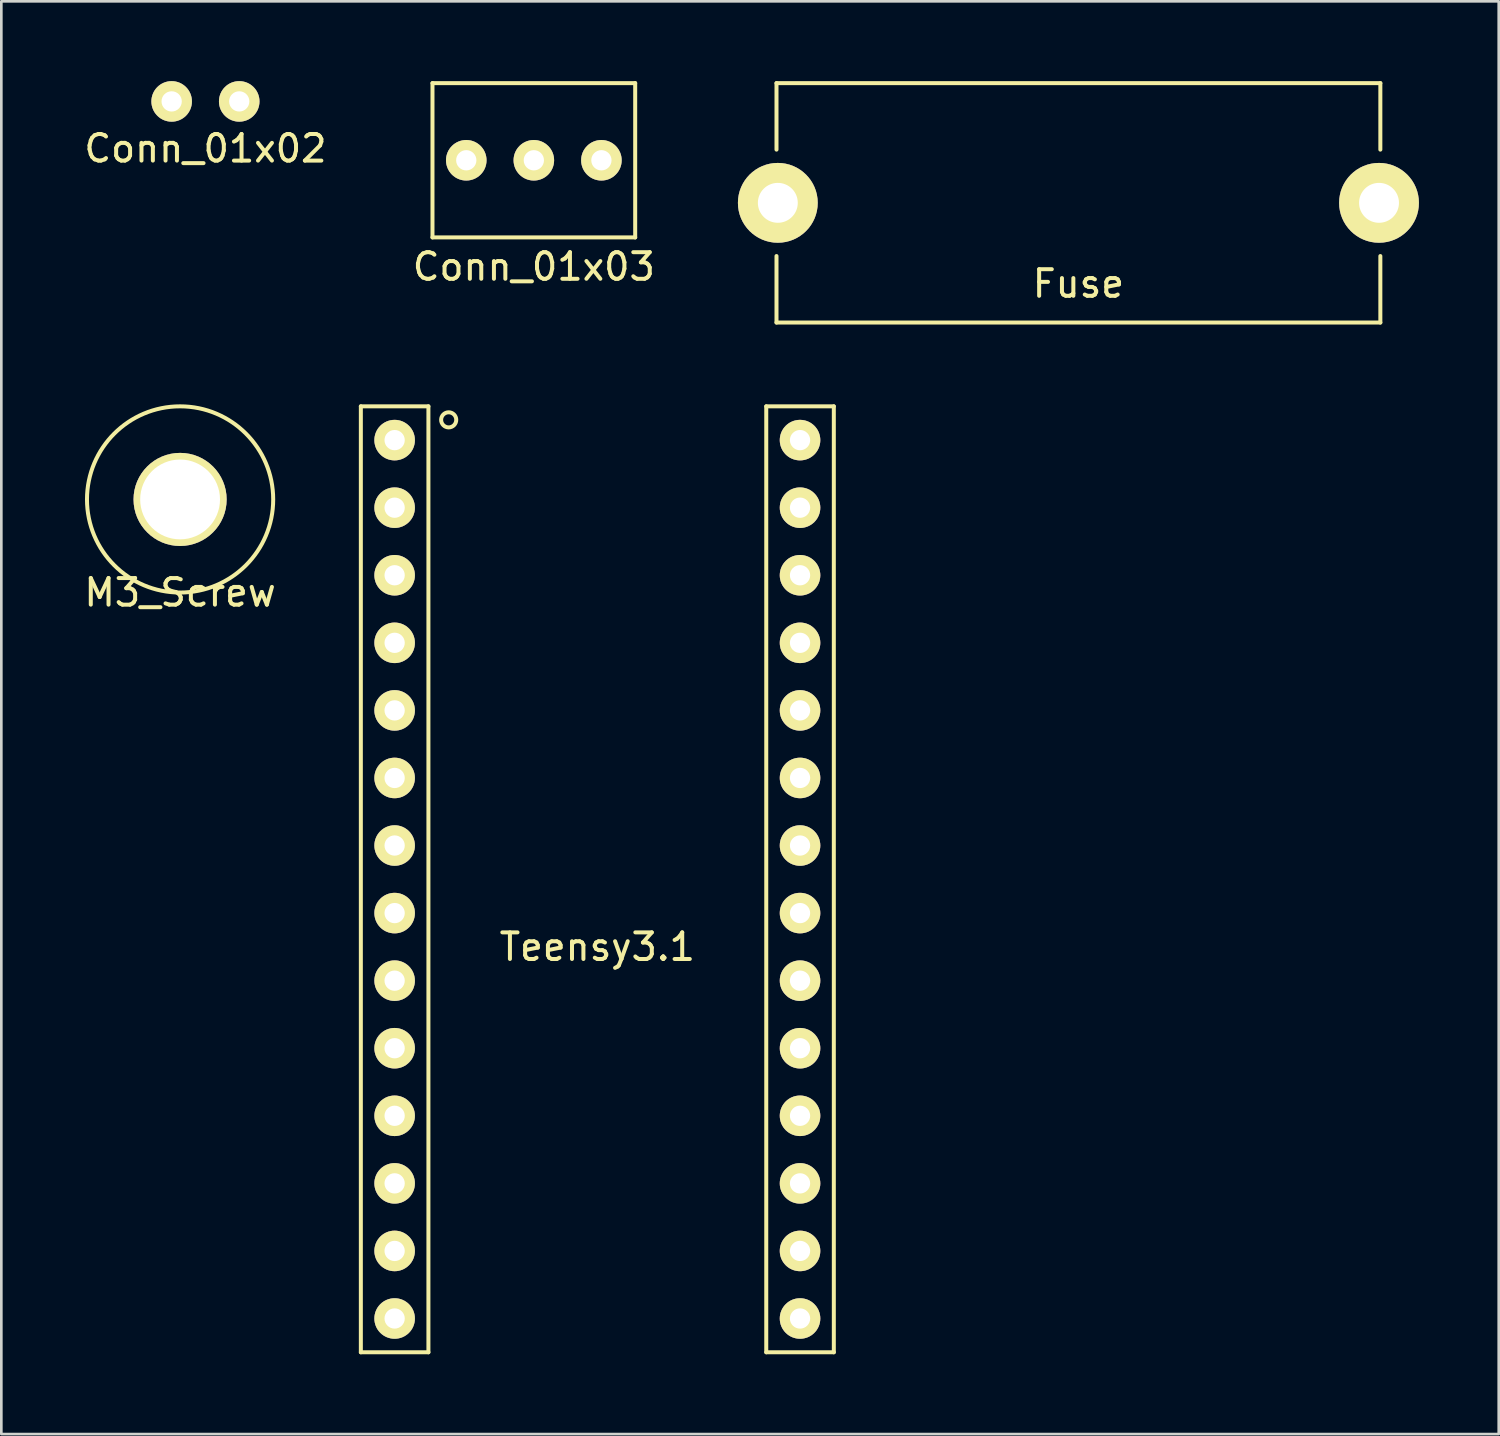
<source format=kicad_pcb>
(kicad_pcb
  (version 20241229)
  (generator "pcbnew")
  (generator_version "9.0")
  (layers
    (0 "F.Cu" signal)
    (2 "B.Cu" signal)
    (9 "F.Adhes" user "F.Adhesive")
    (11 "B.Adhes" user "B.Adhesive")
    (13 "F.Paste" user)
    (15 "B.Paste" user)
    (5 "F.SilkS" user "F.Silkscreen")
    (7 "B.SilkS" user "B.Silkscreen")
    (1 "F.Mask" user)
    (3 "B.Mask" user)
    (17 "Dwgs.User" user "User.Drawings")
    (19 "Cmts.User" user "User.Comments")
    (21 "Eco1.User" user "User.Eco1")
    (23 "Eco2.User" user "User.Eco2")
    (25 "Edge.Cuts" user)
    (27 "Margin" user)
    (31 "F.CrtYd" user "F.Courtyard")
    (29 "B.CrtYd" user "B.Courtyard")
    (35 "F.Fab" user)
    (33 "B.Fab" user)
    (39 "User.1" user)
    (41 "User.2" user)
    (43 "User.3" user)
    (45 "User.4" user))
  (footprint "Conn_01x02"
    (layer "F.Cu")
    (at 4.673 0.762)
    (property "Reference" "Conn_01x02" (at 0 1.77 0) (layer "F.SilkS") (effects (font (size 1 1) (thickness 0.15))))
    (attr through_hole)
    (pad "1" thru_hole circle (at -1.27 0) (size 1.524 1.524) (drill 0.762) (layers "*.Cu" "*.Mask" "F.SilkS"))
    (pad "2" thru_hole circle (at 1.27 0) (size 1.524 1.524) (drill 0.762) (layers "*.Cu" "*.Mask" "F.SilkS")))
  (footprint "M3_Screw"
    (layer "F.Cu")
    (at 3.72 15.725)
    (property "Reference" "M3_Screw" (at 0 3.5 0) (layer "F.SilkS") (effects (font (size 1 1) (thickness 0.15))))
    (attr through_hole)
    (fp_circle (center 0 0) (end 3.5 0) (stroke (width 0.15) (type solid)) (fill no) (layer "F.SilkS"))
    (pad "1" thru_hole circle (at 0 0) (size 3.5 3.5) (drill 3) (layers "*.Cu" "*.Mask" "F.SilkS")))
  (footprint "Teensy3.1"
    (layer "F.Cu")
    (at 19.405 31.275)
    (property "Reference" "Teensy3.1" (at 0 1.27 0) (layer "F.SilkS") (effects (font (size 1 1) (thickness 0.15))))
    (attr through_hole)
    (fp_line (start -8.89 -19.05) (end -6.35 -19.05) (stroke (width 0.15) (type solid)) (layer "F.SilkS"))
    (fp_line (start -8.89 16.51) (end -8.89 -19.05) (stroke (width 0.15) (type solid)) (layer "F.SilkS"))
    (fp_line (start -6.35 -19.05) (end -6.35 16.51) (stroke (width 0.15) (type solid)) (layer "F.SilkS"))
    (fp_line (start -6.35 16.51) (end -8.89 16.51) (stroke (width 0.15) (type solid)) (layer "F.SilkS"))
    (fp_line (start 6.35 -19.05) (end 8.89 -19.05) (stroke (width 0.15) (type solid)) (layer "F.SilkS"))
    (fp_line (start 6.35 16.51) (end 6.35 -19.05) (stroke (width 0.15) (type solid)) (layer "F.SilkS"))
    (fp_line (start 8.89 -19.05) (end 8.89 16.51) (stroke (width 0.15) (type solid)) (layer "F.SilkS"))
    (fp_line (start 8.89 16.51) (end 6.35 16.51) (stroke (width 0.15) (type solid)) (layer "F.SilkS"))
    (fp_circle (center -5.588 -18.542) (end -5.842 -18.669) (stroke (width 0.15) (type solid)) (fill no) (layer "F.SilkS"))
    (pad "0" thru_hole circle (at -7.62 -15.24) (size 1.524 1.524) (drill 0.762) (layers "*.Cu" "*.Mask" "F.SilkS"))
    (pad "1" thru_hole circle (at -7.62 -12.7) (size 1.524 1.524) (drill 0.762) (layers "*.Cu" "*.Mask" "F.SilkS"))
    (pad "2" thru_hole circle (at -7.62 -10.16) (size 1.524 1.524) (drill 0.762) (layers "*.Cu" "*.Mask" "F.SilkS"))
    (pad "3" thru_hole circle (at -7.62 -7.62) (size 1.524 1.524) (drill 0.762) (layers "*.Cu" "*.Mask" "F.SilkS"))
    (pad "4" thru_hole circle (at -7.62 -5.08) (size 1.524 1.524) (drill 0.762) (layers "*.Cu" "*.Mask" "F.SilkS"))
    (pad "5" thru_hole circle (at -7.62 -2.54) (size 1.524 1.524) (drill 0.762) (layers "*.Cu" "*.Mask" "F.SilkS"))
    (pad "6" thru_hole circle (at -7.62 0) (size 1.524 1.524) (drill 0.762) (layers "*.Cu" "*.Mask" "F.SilkS"))
    (pad "7" thru_hole circle (at -7.62 2.54) (size 1.524 1.524) (drill 0.762) (layers "*.Cu" "*.Mask" "F.SilkS"))
    (pad "8" thru_hole circle (at -7.62 5.08) (size 1.524 1.524) (drill 0.762) (layers "*.Cu" "*.Mask" "F.SilkS"))
    (pad "9" thru_hole circle (at -7.62 7.62) (size 1.524 1.524) (drill 0.762) (layers "*.Cu" "*.Mask" "F.SilkS"))
    (pad "10" thru_hole circle (at -7.62 10.16) (size 1.524 1.524) (drill 0.762) (layers "*.Cu" "*.Mask" "F.SilkS"))
    (pad "11" thru_hole circle (at -7.62 12.7) (size 1.524 1.524) (drill 0.762) (layers "*.Cu" "*.Mask" "F.SilkS"))
    (pad "12" thru_hole circle (at -7.62 15.24) (size 1.524 1.524) (drill 0.762) (layers "*.Cu" "*.Mask" "F.SilkS"))
    (pad "13" thru_hole circle (at 7.62 15.24) (size 1.524 1.524) (drill 0.762) (layers "*.Cu" "*.Mask" "F.SilkS"))
    (pad "14" thru_hole circle (at 7.62 12.7) (size 1.524 1.524) (drill 0.762) (layers "*.Cu" "*.Mask" "F.SilkS"))
    (pad "15" thru_hole circle (at 7.62 10.16) (size 1.524 1.524) (drill 0.762) (layers "*.Cu" "*.Mask" "F.SilkS"))
    (pad "16" thru_hole circle (at 7.62 7.62) (size 1.524 1.524) (drill 0.762) (layers "*.Cu" "*.Mask" "F.SilkS"))
    (pad "17" thru_hole circle (at 7.62 5.08) (size 1.524 1.524) (drill 0.762) (layers "*.Cu" "*.Mask" "F.SilkS"))
    (pad "18" thru_hole circle (at 7.62 2.54) (size 1.524 1.524) (drill 0.762) (layers "*.Cu" "*.Mask" "F.SilkS"))
    (pad "19" thru_hole circle (at 7.62 0) (size 1.524 1.524) (drill 0.762) (layers "*.Cu" "*.Mask" "F.SilkS"))
    (pad "20" thru_hole circle (at 7.62 -2.54) (size 1.524 1.524) (drill 0.762) (layers "*.Cu" "*.Mask" "F.SilkS"))
    (pad "21" thru_hole circle (at 7.62 -5.08) (size 1.524 1.524) (drill 0.762) (layers "*.Cu" "*.Mask" "F.SilkS"))
    (pad "22" thru_hole circle (at 7.62 -7.62) (size 1.524 1.524) (drill 0.762) (layers "*.Cu" "*.Mask" "F.SilkS"))
    (pad "23" thru_hole circle (at 7.62 -10.16) (size 1.524 1.524) (drill 0.762) (layers "*.Cu" "*.Mask" "F.SilkS"))
    (pad "90" thru_hole circle (at 7.62 -17.78) (size 1.524 1.524) (drill 0.762) (layers "*.Cu" "*.Mask" "F.SilkS"))
    (pad "91" thru_hole circle (at -7.62 -17.78) (size 1.524 1.524) (drill 0.762) (layers "*.Cu" "*.Mask" "F.SilkS"))
    (pad "92" thru_hole circle (at 7.62 -15.24) (size 1.524 1.524) (drill 0.762) (layers "*.Cu" "*.Mask" "F.SilkS"))
    (pad "93" thru_hole circle (at 7.62 -12.7) (size 1.524 1.524) (drill 0.762) (layers "*.Cu" "*.Mask" "F.SilkS")))
  (footprint "Conn_01x03"
    (layer "F.Cu")
    (at 17.018 2.975)
    (property "Reference" "Conn_01x03" (at 0 4 0) (layer "F.SilkS") (effects (font (size 1 1) (thickness 0.15))))
    (attr through_hole)
    (fp_line (start -3.81 -2.9) (end -3.81 2.9) (stroke (width 0.15) (type solid)) (layer "F.SilkS"))
    (fp_line (start -3.81 -2.9) (end 3.81 -2.9) (stroke (width 0.15) (type solid)) (layer "F.SilkS"))
    (fp_line (start -3.81 2.9) (end 3.81 2.9) (stroke (width 0.15) (type solid)) (layer "F.SilkS"))
    (fp_line (start 3.81 -2.9) (end 3.81 2.9) (stroke (width 0.15) (type solid)) (layer "F.SilkS"))
    (pad "1" thru_hole circle (at -2.54 0) (size 1.524 1.524) (drill 0.762) (layers "*.Cu" "*.Mask" "F.SilkS"))
    (pad "2" thru_hole circle (at 0 0) (size 1.524 1.524) (drill 0.762) (layers "*.Cu" "*.Mask" "F.SilkS"))
    (pad "3" thru_hole circle (at 2.54 0) (size 1.524 1.524) (drill 0.762) (layers "*.Cu" "*.Mask" "F.SilkS")))
  (footprint "Fuse"
    (layer "F.Cu")
    (at 37.49 4.575)
    (property "Reference" "Fuse" (at 0 3.04 0) (layer "F.SilkS") (effects (font (size 1 1) (thickness 0.15))))
    (attr through_hole)
    (fp_line (start -11.35 -4.5) (end -11.35 -2) (stroke (width 0.15) (type solid)) (layer "F.SilkS"))
    (fp_line (start -11.35 -4.5) (end 11.35 -4.5) (stroke (width 0.15) (type solid)) (layer "F.SilkS"))
    (fp_line (start -11.35 2) (end -11.35 4.5) (stroke (width 0.15) (type solid)) (layer "F.SilkS"))
    (fp_line (start -11.35 4.5) (end 11.35 4.5) (stroke (width 0.15) (type solid)) (layer "F.SilkS"))
    (fp_line (start 11.35 -4.5) (end 11.35 -2) (stroke (width 0.15) (type solid)) (layer "F.SilkS"))
    (fp_line (start 11.35 2) (end 11.35 4.5) (stroke (width 0.15) (type solid)) (layer "F.SilkS"))
    (pad "1" thru_hole circle (at -11.3 0) (size 3 3) (drill 1.5) (layers "*.Cu" "*.Mask" "F.SilkS"))
    (pad "2" thru_hole circle (at 11.3 0) (size 3 3) (drill 1.5) (layers "*.Cu" "*.Mask" "F.SilkS")))
  (gr_rect
    (start -3 -3)
    (end 53.29 50.86)
    (stroke (width 0.1) (type default))
    (fill no)
    (layer "Edge.Cuts")))
</source>
